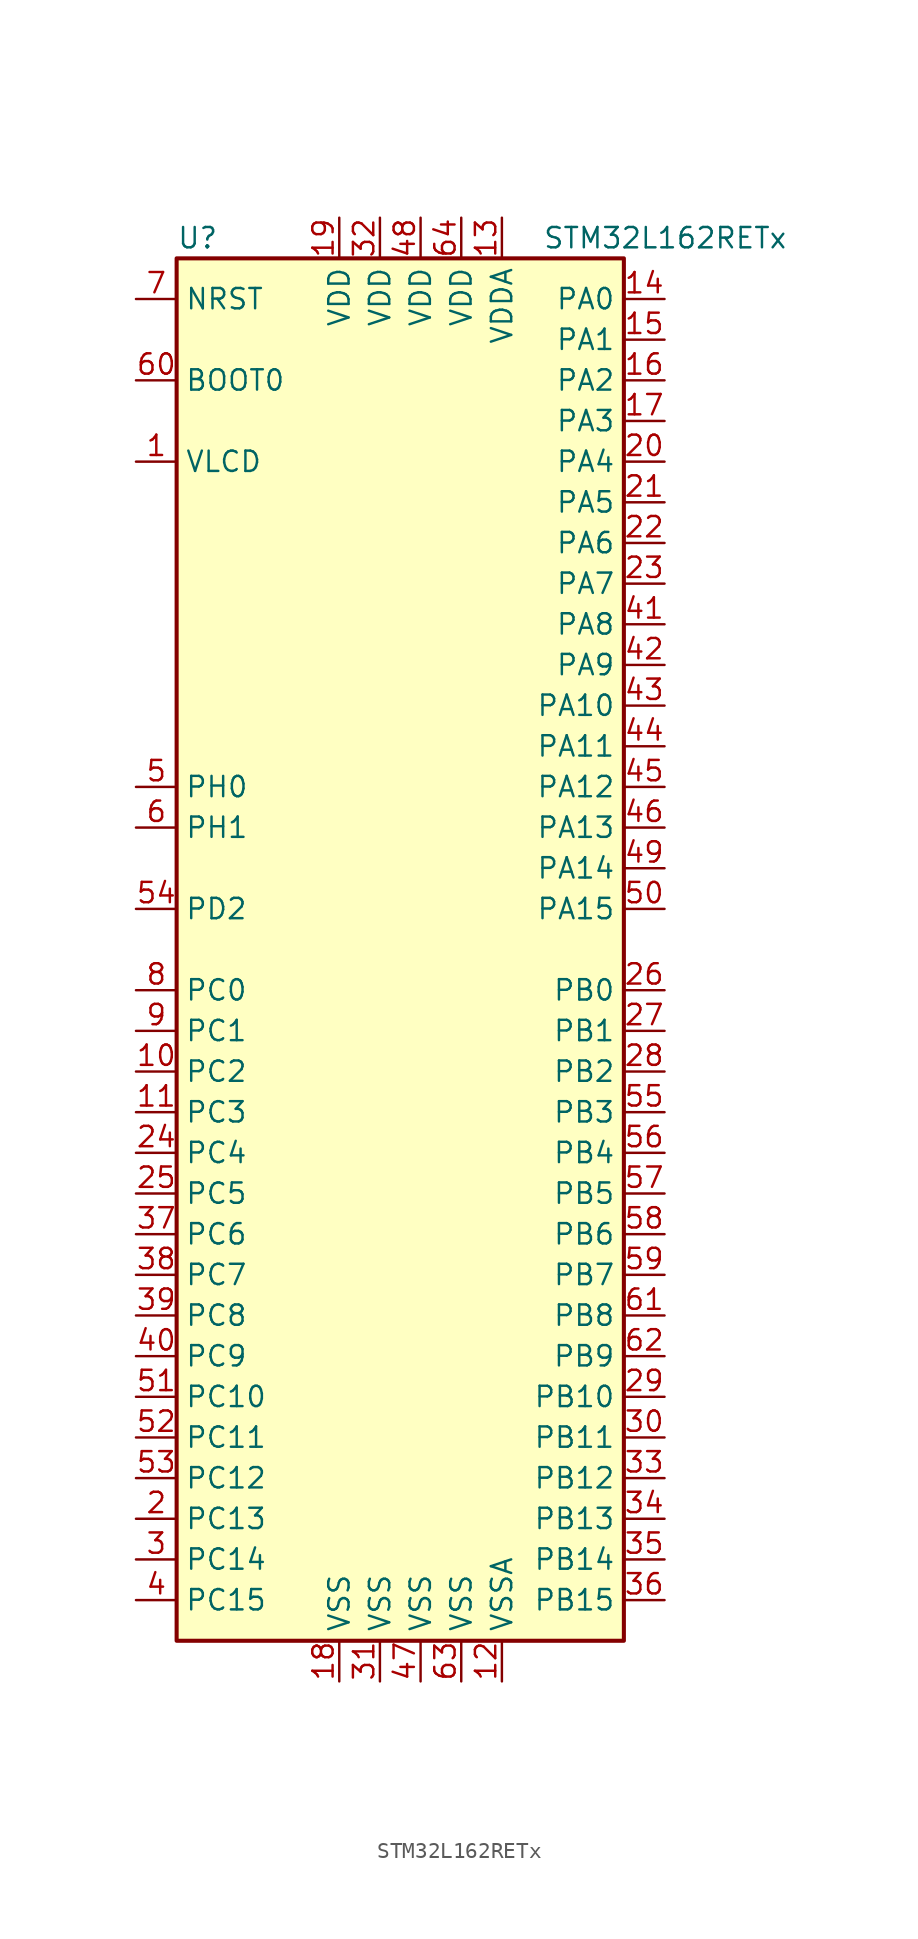
<source format=kicad_sym>
(kicad_symbol_lib
  (version 20201005)
  (generator kicad_symbol_editor)
  (symbol "STM32L162RETx"
    (property "Reference" "U"
      (at -15.24 44.45 0)
      (effects (font (size 1.27 1.27)) (justify left)))
    (property "Value" "STM32L162RETx"
      (at 7.62 44.45 0)
      (effects (font (size 1.27 1.27)) (justify left)))
    (symbol "STM32L162RETx_0_1"
      (rectangle (start -15.24 -43.18) (end 12.7 43.18) (stroke (width 0.254)) (fill (type background))))
    (symbol "STM32L162RETx_1_1"
      (pin input line (at -17.78 35.56 0) (length 2.54) (name "BOOT0" (effects (font (size 1.27 1.27)))) (number "60" (effects (font (size 1.27 1.27)))))
      (pin input line (at -17.78 40.64 0) (length 2.54) (name "NRST" (effects (font (size 1.27 1.27)))) (number "7" (effects (font (size 1.27 1.27)))))
      (pin bidirectional line (at 15.24 40.64 180) (length 2.54) (name "PA0" (effects (font (size 1.27 1.27)))) (number "14" (effects (font (size 1.27 1.27)))))
      (pin bidirectional line (at 15.24 38.1 180) (length 2.54) (name "PA1" (effects (font (size 1.27 1.27)))) (number "15" (effects (font (size 1.27 1.27)))))
      (pin bidirectional line (at 15.24 15.24 180) (length 2.54) (name "PA10" (effects (font (size 1.27 1.27)))) (number "43" (effects (font (size 1.27 1.27)))))
      (pin bidirectional line (at 15.24 12.7 180) (length 2.54) (name "PA11" (effects (font (size 1.27 1.27)))) (number "44" (effects (font (size 1.27 1.27)))))
      (pin bidirectional line (at 15.24 10.16 180) (length 2.54) (name "PA12" (effects (font (size 1.27 1.27)))) (number "45" (effects (font (size 1.27 1.27)))))
      (pin bidirectional line (at 15.24 7.62 180) (length 2.54) (name "PA13" (effects (font (size 1.27 1.27)))) (number "46" (effects (font (size 1.27 1.27)))))
      (pin bidirectional line (at 15.24 5.08 180) (length 2.54) (name "PA14" (effects (font (size 1.27 1.27)))) (number "49" (effects (font (size 1.27 1.27)))))
      (pin bidirectional line (at 15.24 2.54 180) (length 2.54) (name "PA15" (effects (font (size 1.27 1.27)))) (number "50" (effects (font (size 1.27 1.27)))))
      (pin bidirectional line (at 15.24 35.56 180) (length 2.54) (name "PA2" (effects (font (size 1.27 1.27)))) (number "16" (effects (font (size 1.27 1.27)))))
      (pin bidirectional line (at 15.24 33.02 180) (length 2.54) (name "PA3" (effects (font (size 1.27 1.27)))) (number "17" (effects (font (size 1.27 1.27)))))
      (pin bidirectional line (at 15.24 30.48 180) (length 2.54) (name "PA4" (effects (font (size 1.27 1.27)))) (number "20" (effects (font (size 1.27 1.27)))))
      (pin bidirectional line (at 15.24 27.94 180) (length 2.54) (name "PA5" (effects (font (size 1.27 1.27)))) (number "21" (effects (font (size 1.27 1.27)))))
      (pin bidirectional line (at 15.24 25.4 180) (length 2.54) (name "PA6" (effects (font (size 1.27 1.27)))) (number "22" (effects (font (size 1.27 1.27)))))
      (pin bidirectional line (at 15.24 22.86 180) (length 2.54) (name "PA7" (effects (font (size 1.27 1.27)))) (number "23" (effects (font (size 1.27 1.27)))))
      (pin bidirectional line (at 15.24 20.32 180) (length 2.54) (name "PA8" (effects (font (size 1.27 1.27)))) (number "41" (effects (font (size 1.27 1.27)))))
      (pin bidirectional line (at 15.24 17.78 180) (length 2.54) (name "PA9" (effects (font (size 1.27 1.27)))) (number "42" (effects (font (size 1.27 1.27)))))
      (pin bidirectional line (at 15.24 -2.54 180) (length 2.54) (name "PB0" (effects (font (size 1.27 1.27)))) (number "26" (effects (font (size 1.27 1.27)))))
      (pin bidirectional line (at 15.24 -5.08 180) (length 2.54) (name "PB1" (effects (font (size 1.27 1.27)))) (number "27" (effects (font (size 1.27 1.27)))))
      (pin bidirectional line (at 15.24 -27.94 180) (length 2.54) (name "PB10" (effects (font (size 1.27 1.27)))) (number "29" (effects (font (size 1.27 1.27)))))
      (pin bidirectional line (at 15.24 -30.48 180) (length 2.54) (name "PB11" (effects (font (size 1.27 1.27)))) (number "30" (effects (font (size 1.27 1.27)))))
      (pin bidirectional line (at 15.24 -33.02 180) (length 2.54) (name "PB12" (effects (font (size 1.27 1.27)))) (number "33" (effects (font (size 1.27 1.27)))))
      (pin bidirectional line (at 15.24 -35.56 180) (length 2.54) (name "PB13" (effects (font (size 1.27 1.27)))) (number "34" (effects (font (size 1.27 1.27)))))
      (pin bidirectional line (at 15.24 -38.1 180) (length 2.54) (name "PB14" (effects (font (size 1.27 1.27)))) (number "35" (effects (font (size 1.27 1.27)))))
      (pin bidirectional line (at 15.24 -40.64 180) (length 2.54) (name "PB15" (effects (font (size 1.27 1.27)))) (number "36" (effects (font (size 1.27 1.27)))))
      (pin bidirectional line (at 15.24 -7.62 180) (length 2.54) (name "PB2" (effects (font (size 1.27 1.27)))) (number "28" (effects (font (size 1.27 1.27)))))
      (pin bidirectional line (at 15.24 -10.16 180) (length 2.54) (name "PB3" (effects (font (size 1.27 1.27)))) (number "55" (effects (font (size 1.27 1.27)))))
      (pin bidirectional line (at 15.24 -12.7 180) (length 2.54) (name "PB4" (effects (font (size 1.27 1.27)))) (number "56" (effects (font (size 1.27 1.27)))))
      (pin bidirectional line (at 15.24 -15.24 180) (length 2.54) (name "PB5" (effects (font (size 1.27 1.27)))) (number "57" (effects (font (size 1.27 1.27)))))
      (pin bidirectional line (at 15.24 -17.78 180) (length 2.54) (name "PB6" (effects (font (size 1.27 1.27)))) (number "58" (effects (font (size 1.27 1.27)))))
      (pin bidirectional line (at 15.24 -20.32 180) (length 2.54) (name "PB7" (effects (font (size 1.27 1.27)))) (number "59" (effects (font (size 1.27 1.27)))))
      (pin bidirectional line (at 15.24 -22.86 180) (length 2.54) (name "PB8" (effects (font (size 1.27 1.27)))) (number "61" (effects (font (size 1.27 1.27)))))
      (pin bidirectional line (at 15.24 -25.4 180) (length 2.54) (name "PB9" (effects (font (size 1.27 1.27)))) (number "62" (effects (font (size 1.27 1.27)))))
      (pin bidirectional line (at -17.78 -2.54 0) (length 2.54) (name "PC0" (effects (font (size 1.27 1.27)))) (number "8" (effects (font (size 1.27 1.27)))))
      (pin bidirectional line (at -17.78 -5.08 0) (length 2.54) (name "PC1" (effects (font (size 1.27 1.27)))) (number "9" (effects (font (size 1.27 1.27)))))
      (pin bidirectional line (at -17.78 -27.94 0) (length 2.54) (name "PC10" (effects (font (size 1.27 1.27)))) (number "51" (effects (font (size 1.27 1.27)))))
      (pin bidirectional line (at -17.78 -30.48 0) (length 2.54) (name "PC11" (effects (font (size 1.27 1.27)))) (number "52" (effects (font (size 1.27 1.27)))))
      (pin bidirectional line (at -17.78 -33.02 0) (length 2.54) (name "PC12" (effects (font (size 1.27 1.27)))) (number "53" (effects (font (size 1.27 1.27)))))
      (pin bidirectional line (at -17.78 -35.56 0) (length 2.54) (name "PC13" (effects (font (size 1.27 1.27)))) (number "2" (effects (font (size 1.27 1.27)))))
      (pin bidirectional line (at -17.78 -38.1 0) (length 2.54) (name "PC14" (effects (font (size 1.27 1.27)))) (number "3" (effects (font (size 1.27 1.27)))))
      (pin bidirectional line (at -17.78 -40.64 0) (length 2.54) (name "PC15" (effects (font (size 1.27 1.27)))) (number "4" (effects (font (size 1.27 1.27)))))
      (pin bidirectional line (at -17.78 -7.62 0) (length 2.54) (name "PC2" (effects (font (size 1.27 1.27)))) (number "10" (effects (font (size 1.27 1.27)))))
      (pin bidirectional line (at -17.78 -10.16 0) (length 2.54) (name "PC3" (effects (font (size 1.27 1.27)))) (number "11" (effects (font (size 1.27 1.27)))))
      (pin bidirectional line (at -17.78 -12.7 0) (length 2.54) (name "PC4" (effects (font (size 1.27 1.27)))) (number "24" (effects (font (size 1.27 1.27)))))
      (pin bidirectional line (at -17.78 -15.24 0) (length 2.54) (name "PC5" (effects (font (size 1.27 1.27)))) (number "25" (effects (font (size 1.27 1.27)))))
      (pin bidirectional line (at -17.78 -17.78 0) (length 2.54) (name "PC6" (effects (font (size 1.27 1.27)))) (number "37" (effects (font (size 1.27 1.27)))))
      (pin bidirectional line (at -17.78 -20.32 0) (length 2.54) (name "PC7" (effects (font (size 1.27 1.27)))) (number "38" (effects (font (size 1.27 1.27)))))
      (pin bidirectional line (at -17.78 -22.86 0) (length 2.54) (name "PC8" (effects (font (size 1.27 1.27)))) (number "39" (effects (font (size 1.27 1.27)))))
      (pin bidirectional line (at -17.78 -25.4 0) (length 2.54) (name "PC9" (effects (font (size 1.27 1.27)))) (number "40" (effects (font (size 1.27 1.27)))))
      (pin bidirectional line (at -17.78 2.54 0) (length 2.54) (name "PD2" (effects (font (size 1.27 1.27)))) (number "54" (effects (font (size 1.27 1.27)))))
      (pin input line (at -17.78 10.16 0) (length 2.54) (name "PH0" (effects (font (size 1.27 1.27)))) (number "5" (effects (font (size 1.27 1.27)))))
      (pin input line (at -17.78 7.62 0) (length 2.54) (name "PH1" (effects (font (size 1.27 1.27)))) (number "6" (effects (font (size 1.27 1.27)))))
      (pin power_in line (at -5.08 45.72 270) (length 2.54) (name "VDD" (effects (font (size 1.27 1.27)))) (number "19" (effects (font (size 1.27 1.27)))))
      (pin power_in line (at -2.54 45.72 270) (length 2.54) (name "VDD" (effects (font (size 1.27 1.27)))) (number "32" (effects (font (size 1.27 1.27)))))
      (pin power_in line (at 0 45.72 270) (length 2.54) (name "VDD" (effects (font (size 1.27 1.27)))) (number "48" (effects (font (size 1.27 1.27)))))
      (pin power_in line (at 2.54 45.72 270) (length 2.54) (name "VDD" (effects (font (size 1.27 1.27)))) (number "64" (effects (font (size 1.27 1.27)))))
      (pin power_in line (at 5.08 45.72 270) (length 2.54) (name "VDDA" (effects (font (size 1.27 1.27)))) (number "13" (effects (font (size 1.27 1.27)))))
      (pin power_in line (at -17.78 30.48 0) (length 2.54) (name "VLCD" (effects (font (size 1.27 1.27)))) (number "1" (effects (font (size 1.27 1.27)))))
      (pin power_in line (at -5.08 -45.72 90) (length 2.54) (name "VSS" (effects (font (size 1.27 1.27)))) (number "18" (effects (font (size 1.27 1.27)))))
      (pin power_in line (at -2.54 -45.72 90) (length 2.54) (name "VSS" (effects (font (size 1.27 1.27)))) (number "31" (effects (font (size 1.27 1.27)))))
      (pin power_in line (at 0 -45.72 90) (length 2.54) (name "VSS" (effects (font (size 1.27 1.27)))) (number "47" (effects (font (size 1.27 1.27)))))
      (pin power_in line (at 2.54 -45.72 90) (length 2.54) (name "VSS" (effects (font (size 1.27 1.27)))) (number "63" (effects (font (size 1.27 1.27)))))
      (pin power_in line (at 5.08 -45.72 90) (length 2.54) (name "VSSA" (effects (font (size 1.27 1.27)))) (number "12" (effects (font (size 1.27 1.27))))))))
</source>
